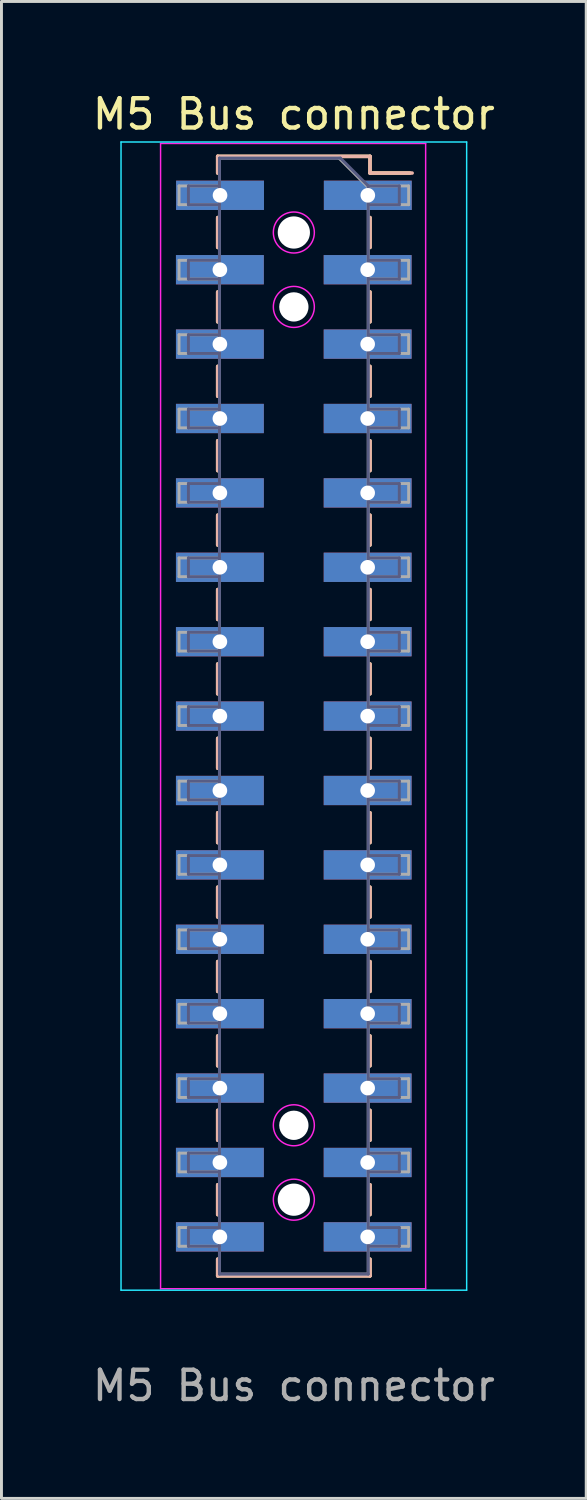
<source format=kicad_pcb>
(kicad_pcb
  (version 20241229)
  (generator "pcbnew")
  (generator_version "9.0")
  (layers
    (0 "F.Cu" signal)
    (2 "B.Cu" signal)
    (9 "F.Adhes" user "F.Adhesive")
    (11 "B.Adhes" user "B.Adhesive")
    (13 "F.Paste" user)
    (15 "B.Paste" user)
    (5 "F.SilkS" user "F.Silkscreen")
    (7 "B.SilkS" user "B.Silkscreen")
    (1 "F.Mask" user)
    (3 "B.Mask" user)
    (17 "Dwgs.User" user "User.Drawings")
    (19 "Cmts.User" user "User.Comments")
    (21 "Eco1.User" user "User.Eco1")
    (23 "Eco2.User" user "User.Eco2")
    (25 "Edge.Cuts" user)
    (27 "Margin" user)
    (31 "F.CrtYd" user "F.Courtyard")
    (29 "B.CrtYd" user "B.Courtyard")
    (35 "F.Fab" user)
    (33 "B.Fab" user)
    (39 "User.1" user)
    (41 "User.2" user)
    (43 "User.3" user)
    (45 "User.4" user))
  (footprint "M5 Bus connector"
    (layer "F.Cu")
    (at 6.982 21.398)
    (property "Reference" "M5 Bus connector" (at 0 -20.55 0) (layer "F.SilkS") (effects (font (size 1 1) (thickness 0.15))))
    (attr smd)
    (fp_line (start -2.6 -19.11) (end -2.6 -18.54) (stroke (width 0.12) (type solid)) (layer "F.SilkS"))
    (fp_line (start -2.6 -19.11) (end 2.6 -19.11) (stroke (width 0.12) (type solid)) (layer "F.SilkS"))
    (fp_line (start -2.6 -17.02) (end -2.6 -16) (stroke (width 0.12) (type solid)) (layer "F.SilkS"))
    (fp_line (start -2.6 -14.48) (end -2.6 -13.46) (stroke (width 0.12) (type solid)) (layer "F.SilkS"))
    (fp_line (start -2.6 -11.94) (end -2.6 -10.92) (stroke (width 0.12) (type solid)) (layer "F.SilkS"))
    (fp_line (start -2.6 -9.4) (end -2.6 -8.38) (stroke (width 0.12) (type solid)) (layer "F.SilkS"))
    (fp_line (start -2.6 -6.86) (end -2.6 -5.84) (stroke (width 0.12) (type solid)) (layer "F.SilkS"))
    (fp_line (start -2.6 -4.32) (end -2.6 -3.3) (stroke (width 0.12) (type solid)) (layer "F.SilkS"))
    (fp_line (start -2.6 -1.78) (end -2.6 -0.76) (stroke (width 0.12) (type solid)) (layer "F.SilkS"))
    (fp_line (start -2.6 0.76) (end -2.6 1.78) (stroke (width 0.12) (type solid)) (layer "F.SilkS"))
    (fp_line (start -2.6 3.3) (end -2.6 4.32) (stroke (width 0.12) (type solid)) (layer "F.SilkS"))
    (fp_line (start -2.6 5.84) (end -2.6 6.86) (stroke (width 0.12) (type solid)) (layer "F.SilkS"))
    (fp_line (start -2.6 8.38) (end -2.6 9.4) (stroke (width 0.12) (type solid)) (layer "F.SilkS"))
    (fp_line (start -2.6 10.92) (end -2.6 11.94) (stroke (width 0.12) (type solid)) (layer "F.SilkS"))
    (fp_line (start -2.6 13.46) (end -2.6 14.48) (stroke (width 0.12) (type solid)) (layer "F.SilkS"))
    (fp_line (start -2.6 16) (end -2.6 17.02) (stroke (width 0.12) (type solid)) (layer "F.SilkS"))
    (fp_line (start -2.6 18.54) (end -2.6 19.11) (stroke (width 0.12) (type solid)) (layer "F.SilkS"))
    (fp_line (start -2.6 19.11) (end 2.6 19.11) (stroke (width 0.12) (type solid)) (layer "F.SilkS"))
    (fp_line (start 2.6 -19.11) (end 2.6 -18.54) (stroke (width 0.12) (type solid)) (layer "F.SilkS"))
    (fp_line (start 2.6 -18.54) (end 3.96 -18.54) (stroke (width 0.12) (type solid)) (layer "F.SilkS"))
    (fp_line (start 2.6 -17.02) (end 2.6 -16) (stroke (width 0.12) (type solid)) (layer "F.SilkS"))
    (fp_line (start 2.6 -14.48) (end 2.6 -13.46) (stroke (width 0.12) (type solid)) (layer "F.SilkS"))
    (fp_line (start 2.6 -11.94) (end 2.6 -10.92) (stroke (width 0.12) (type solid)) (layer "F.SilkS"))
    (fp_line (start 2.6 -9.4) (end 2.6 -8.38) (stroke (width 0.12) (type solid)) (layer "F.SilkS"))
    (fp_line (start 2.6 -6.86) (end 2.6 -5.84) (stroke (width 0.12) (type solid)) (layer "F.SilkS"))
    (fp_line (start 2.6 -4.32) (end 2.6 -3.3) (stroke (width 0.12) (type solid)) (layer "F.SilkS"))
    (fp_line (start 2.6 -1.78) (end 2.6 -0.76) (stroke (width 0.12) (type solid)) (layer "F.SilkS"))
    (fp_line (start 2.6 0.76) (end 2.6 1.78) (stroke (width 0.12) (type solid)) (layer "F.SilkS"))
    (fp_line (start 2.6 3.3) (end 2.6 4.32) (stroke (width 0.12) (type solid)) (layer "F.SilkS"))
    (fp_line (start 2.6 5.84) (end 2.6 6.86) (stroke (width 0.12) (type solid)) (layer "F.SilkS"))
    (fp_line (start 2.6 8.38) (end 2.6 9.4) (stroke (width 0.12) (type solid)) (layer "F.SilkS"))
    (fp_line (start 2.6 10.92) (end 2.6 11.94) (stroke (width 0.12) (type solid)) (layer "F.SilkS"))
    (fp_line (start 2.6 13.46) (end 2.6 14.48) (stroke (width 0.12) (type solid)) (layer "F.SilkS"))
    (fp_line (start 2.6 16) (end 2.6 17.02) (stroke (width 0.12) (type solid)) (layer "F.SilkS"))
    (fp_line (start 2.6 18.54) (end 2.6 19.11) (stroke (width 0.12) (type solid)) (layer "F.SilkS"))
    (fp_line (start -2.6 -19.11) (end -2.6 -18.54) (stroke (width 0.12) (type solid)) (layer "B.SilkS"))
    (fp_line (start -2.6 -17.02) (end -2.6 -16) (stroke (width 0.12) (type solid)) (layer "B.SilkS"))
    (fp_line (start -2.6 -14.48) (end -2.6 -13.46) (stroke (width 0.12) (type solid)) (layer "B.SilkS"))
    (fp_line (start -2.6 -11.94) (end -2.6 -10.92) (stroke (width 0.12) (type solid)) (layer "B.SilkS"))
    (fp_line (start -2.6 -9.4) (end -2.6 -8.38) (stroke (width 0.12) (type solid)) (layer "B.SilkS"))
    (fp_line (start -2.6 -6.86) (end -2.6 -5.84) (stroke (width 0.12) (type solid)) (layer "B.SilkS"))
    (fp_line (start -2.6 -4.32) (end -2.6 -3.3) (stroke (width 0.12) (type solid)) (layer "B.SilkS"))
    (fp_line (start -2.6 -1.78) (end -2.6 -0.76) (stroke (width 0.12) (type solid)) (layer "B.SilkS"))
    (fp_line (start -2.6 0.76) (end -2.6 1.78) (stroke (width 0.12) (type solid)) (layer "B.SilkS"))
    (fp_line (start -2.6 3.3) (end -2.6 4.32) (stroke (width 0.12) (type solid)) (layer "B.SilkS"))
    (fp_line (start -2.6 5.84) (end -2.6 6.86) (stroke (width 0.12) (type solid)) (layer "B.SilkS"))
    (fp_line (start -2.6 8.38) (end -2.6 9.4) (stroke (width 0.12) (type solid)) (layer "B.SilkS"))
    (fp_line (start -2.6 10.92) (end -2.6 11.94) (stroke (width 0.12) (type solid)) (layer "B.SilkS"))
    (fp_line (start -2.6 13.46) (end -2.6 14.48) (stroke (width 0.12) (type solid)) (layer "B.SilkS"))
    (fp_line (start -2.6 16) (end -2.6 17.02) (stroke (width 0.12) (type solid)) (layer "B.SilkS"))
    (fp_line (start -2.6 18.54) (end -2.6 19.11) (stroke (width 0.12) (type solid)) (layer "B.SilkS"))
    (fp_line (start 2.6 -19.11) (end -2.6 -19.11) (stroke (width 0.12) (type solid)) (layer "B.SilkS"))
    (fp_line (start 2.6 -19.11) (end 2.6 -18.54) (stroke (width 0.12) (type solid)) (layer "B.SilkS"))
    (fp_line (start 2.6 -17.02) (end 2.6 -16) (stroke (width 0.12) (type solid)) (layer "B.SilkS"))
    (fp_line (start 2.6 -14.48) (end 2.6 -13.46) (stroke (width 0.12) (type solid)) (layer "B.SilkS"))
    (fp_line (start 2.6 -11.94) (end 2.6 -10.92) (stroke (width 0.12) (type solid)) (layer "B.SilkS"))
    (fp_line (start 2.6 -9.4) (end 2.6 -8.38) (stroke (width 0.12) (type solid)) (layer "B.SilkS"))
    (fp_line (start 2.6 -6.86) (end 2.6 -5.84) (stroke (width 0.12) (type solid)) (layer "B.SilkS"))
    (fp_line (start 2.6 -4.32) (end 2.6 -3.3) (stroke (width 0.12) (type solid)) (layer "B.SilkS"))
    (fp_line (start 2.6 -1.78) (end 2.6 -0.76) (stroke (width 0.12) (type solid)) (layer "B.SilkS"))
    (fp_line (start 2.6 0.76) (end 2.6 1.78) (stroke (width 0.12) (type solid)) (layer "B.SilkS"))
    (fp_line (start 2.6 3.3) (end 2.6 4.32) (stroke (width 0.12) (type solid)) (layer "B.SilkS"))
    (fp_line (start 2.6 5.84) (end 2.6 6.86) (stroke (width 0.12) (type solid)) (layer "B.SilkS"))
    (fp_line (start 2.6 8.38) (end 2.6 9.4) (stroke (width 0.12) (type solid)) (layer "B.SilkS"))
    (fp_line (start 2.6 10.92) (end 2.6 11.94) (stroke (width 0.12) (type solid)) (layer "B.SilkS"))
    (fp_line (start 2.6 13.46) (end 2.6 14.48) (stroke (width 0.12) (type solid)) (layer "B.SilkS"))
    (fp_line (start 2.6 16) (end 2.6 17.02) (stroke (width 0.12) (type solid)) (layer "B.SilkS"))
    (fp_line (start 2.6 18.54) (end 2.6 19.11) (stroke (width 0.12) (type solid)) (layer "B.SilkS"))
    (fp_line (start 2.6 19.11) (end -2.6 19.11) (stroke (width 0.12) (type solid)) (layer "B.SilkS"))
    (fp_line (start 4.04 -18.54) (end 2.6 -18.54) (stroke (width 0.12) (type solid)) (layer "B.SilkS"))
    (fp_line (start -5.9 -19.6) (end 5.9 -19.6) (stroke (width 0.05) (type solid)) (layer "B.CrtYd"))
    (fp_line (start -5.9 19.6) (end -5.9 -19.6) (stroke (width 0.05) (type solid)) (layer "B.CrtYd"))
    (fp_line (start 5.9 -19.6) (end 5.9 19.6) (stroke (width 0.05) (type solid)) (layer "B.CrtYd"))
    (fp_line (start 5.9 19.6) (end -5.9 19.6) (stroke (width 0.05) (type solid)) (layer "B.CrtYd"))
    (fp_line (start -4.55 -19.55) (end 4.5 -19.55) (stroke (width 0.05) (type solid)) (layer "F.CrtYd"))
    (fp_line (start -4.55 19.55) (end -4.55 -19.55) (stroke (width 0.05) (type solid)) (layer "F.CrtYd"))
    (fp_line (start 4.5 -19.55) (end 4.5 19.55) (stroke (width 0.05) (type solid)) (layer "F.CrtYd"))
    (fp_line (start 4.5 19.55) (end -4.55 19.55) (stroke (width 0.05) (type solid)) (layer "F.CrtYd"))
    (fp_circle (center 0 -16.51) (end 0.7 -16.51) (stroke (width 0.05) (type default)) (fill no) (layer "F.CrtYd"))
    (fp_circle (center 0 -13.97) (end 0.7 -13.97) (stroke (width 0.05) (type default)) (fill no) (layer "F.CrtYd"))
    (fp_circle (center 0 13.97) (end 0.7 13.97) (stroke (width 0.05) (type default)) (fill no) (layer "F.CrtYd"))
    (fp_circle (center 0 16.51) (end 0.7 16.51) (stroke (width 0.05) (type default)) (fill no) (layer "F.CrtYd"))
    (fp_line (start -3.6 -18.1) (end -3.6 -17.46) (stroke (width 0.1) (type solid)) (layer "B.Fab"))
    (fp_line (start -3.6 -17.46) (end -2.54 -17.46) (stroke (width 0.1) (type solid)) (layer "B.Fab"))
    (fp_line (start -3.6 -15.56) (end -3.6 -14.92) (stroke (width 0.1) (type solid)) (layer "B.Fab"))
    (fp_line (start -3.6 -14.92) (end -2.54 -14.92) (stroke (width 0.1) (type solid)) (layer "B.Fab"))
    (fp_line (start -3.6 -13.02) (end -3.6 -12.38) (stroke (width 0.1) (type solid)) (layer "B.Fab"))
    (fp_line (start -3.6 -12.38) (end -2.54 -12.38) (stroke (width 0.1) (type solid)) (layer "B.Fab"))
    (fp_line (start -3.6 -10.48) (end -3.6 -9.84) (stroke (width 0.1) (type solid)) (layer "B.Fab"))
    (fp_line (start -3.6 -9.84) (end -2.54 -9.84) (stroke (width 0.1) (type solid)) (layer "B.Fab"))
    (fp_line (start -3.6 -7.94) (end -3.6 -7.3) (stroke (width 0.1) (type solid)) (layer "B.Fab"))
    (fp_line (start -3.6 -7.3) (end -2.54 -7.3) (stroke (width 0.1) (type solid)) (layer "B.Fab"))
    (fp_line (start -3.6 -5.4) (end -3.6 -4.76) (stroke (width 0.1) (type solid)) (layer "B.Fab"))
    (fp_line (start -3.6 -4.76) (end -2.54 -4.76) (stroke (width 0.1) (type solid)) (layer "B.Fab"))
    (fp_line (start -3.6 -2.86) (end -3.6 -2.22) (stroke (width 0.1) (type solid)) (layer "B.Fab"))
    (fp_line (start -3.6 -2.22) (end -2.54 -2.22) (stroke (width 0.1) (type solid)) (layer "B.Fab"))
    (fp_line (start -3.6 -0.32) (end -3.6 0.32) (stroke (width 0.1) (type solid)) (layer "B.Fab"))
    (fp_line (start -3.6 0.32) (end -2.54 0.32) (stroke (width 0.1) (type solid)) (layer "B.Fab"))
    (fp_line (start -3.6 2.22) (end -3.6 2.86) (stroke (width 0.1) (type solid)) (layer "B.Fab"))
    (fp_line (start -3.6 2.86) (end -2.54 2.86) (stroke (width 0.1) (type solid)) (layer "B.Fab"))
    (fp_line (start -3.6 4.76) (end -3.6 5.4) (stroke (width 0.1) (type solid)) (layer "B.Fab"))
    (fp_line (start -3.6 5.4) (end -2.54 5.4) (stroke (width 0.1) (type solid)) (layer "B.Fab"))
    (fp_line (start -3.6 7.3) (end -3.6 7.94) (stroke (width 0.1) (type solid)) (layer "B.Fab"))
    (fp_line (start -3.6 7.94) (end -2.54 7.94) (stroke (width 0.1) (type solid)) (layer "B.Fab"))
    (fp_line (start -3.6 9.84) (end -3.6 10.48) (stroke (width 0.1) (type solid)) (layer "B.Fab"))
    (fp_line (start -3.6 10.48) (end -2.54 10.48) (stroke (width 0.1) (type solid)) (layer "B.Fab"))
    (fp_line (start -3.6 12.38) (end -3.6 13.02) (stroke (width 0.1) (type solid)) (layer "B.Fab"))
    (fp_line (start -3.6 13.02) (end -2.54 13.02) (stroke (width 0.1) (type solid)) (layer "B.Fab"))
    (fp_line (start -3.6 14.92) (end -3.6 15.56) (stroke (width 0.1) (type solid)) (layer "B.Fab"))
    (fp_line (start -3.6 15.56) (end -2.54 15.56) (stroke (width 0.1) (type solid)) (layer "B.Fab"))
    (fp_line (start -3.6 17.46) (end -3.6 18.1) (stroke (width 0.1) (type solid)) (layer "B.Fab"))
    (fp_line (start -3.6 18.1) (end -2.54 18.1) (stroke (width 0.1) (type solid)) (layer "B.Fab"))
    (fp_line (start -2.54 -19.05) (end -2.54 19.05) (stroke (width 0.1) (type solid)) (layer "B.Fab"))
    (fp_line (start -2.54 -18.1) (end -3.6 -18.1) (stroke (width 0.1) (type solid)) (layer "B.Fab"))
    (fp_line (start -2.54 -15.56) (end -3.6 -15.56) (stroke (width 0.1) (type solid)) (layer "B.Fab"))
    (fp_line (start -2.54 -13.02) (end -3.6 -13.02) (stroke (width 0.1) (type solid)) (layer "B.Fab"))
    (fp_line (start -2.54 -10.48) (end -3.6 -10.48) (stroke (width 0.1) (type solid)) (layer "B.Fab"))
    (fp_line (start -2.54 -7.94) (end -3.6 -7.94) (stroke (width 0.1) (type solid)) (layer "B.Fab"))
    (fp_line (start -2.54 -5.4) (end -3.6 -5.4) (stroke (width 0.1) (type solid)) (layer "B.Fab"))
    (fp_line (start -2.54 -2.86) (end -3.6 -2.86) (stroke (width 0.1) (type solid)) (layer "B.Fab"))
    (fp_line (start -2.54 -0.32) (end -3.6 -0.32) (stroke (width 0.1) (type solid)) (layer "B.Fab"))
    (fp_line (start -2.54 2.22) (end -3.6 2.22) (stroke (width 0.1) (type solid)) (layer "B.Fab"))
    (fp_line (start -2.54 4.76) (end -3.6 4.76) (stroke (width 0.1) (type solid)) (layer "B.Fab"))
    (fp_line (start -2.54 7.3) (end -3.6 7.3) (stroke (width 0.1) (type solid)) (layer "B.Fab"))
    (fp_line (start -2.54 9.84) (end -3.6 9.84) (stroke (width 0.1) (type solid)) (layer "B.Fab"))
    (fp_line (start -2.54 12.38) (end -3.6 12.38) (stroke (width 0.1) (type solid)) (layer "B.Fab"))
    (fp_line (start -2.54 14.92) (end -3.6 14.92) (stroke (width 0.1) (type solid)) (layer "B.Fab"))
    (fp_line (start -2.54 17.46) (end -3.6 17.46) (stroke (width 0.1) (type solid)) (layer "B.Fab"))
    (fp_line (start -2.54 19.05) (end 2.54 19.05) (stroke (width 0.1) (type solid)) (layer "B.Fab"))
    (fp_line (start 1.59 -19.05) (end -2.54 -19.05) (stroke (width 0.1) (type solid)) (layer "B.Fab"))
    (fp_line (start 2.54 -18.1) (end 1.59 -19.05) (stroke (width 0.1) (type solid)) (layer "B.Fab"))
    (fp_line (start 2.54 -18.1) (end 3.6 -18.1) (stroke (width 0.1) (type solid)) (layer "B.Fab"))
    (fp_line (start 2.54 -15.56) (end 3.6 -15.56) (stroke (width 0.1) (type solid)) (layer "B.Fab"))
    (fp_line (start 2.54 -13.02) (end 3.6 -13.02) (stroke (width 0.1) (type solid)) (layer "B.Fab"))
    (fp_line (start 2.54 -10.48) (end 3.6 -10.48) (stroke (width 0.1) (type solid)) (layer "B.Fab"))
    (fp_line (start 2.54 -7.94) (end 3.6 -7.94) (stroke (width 0.1) (type solid)) (layer "B.Fab"))
    (fp_line (start 2.54 -5.4) (end 3.6 -5.4) (stroke (width 0.1) (type solid)) (layer "B.Fab"))
    (fp_line (start 2.54 -2.86) (end 3.6 -2.86) (stroke (width 0.1) (type solid)) (layer "B.Fab"))
    (fp_line (start 2.54 -0.32) (end 3.6 -0.32) (stroke (width 0.1) (type solid)) (layer "B.Fab"))
    (fp_line (start 2.54 2.22) (end 3.6 2.22) (stroke (width 0.1) (type solid)) (layer "B.Fab"))
    (fp_line (start 2.54 4.76) (end 3.6 4.76) (stroke (width 0.1) (type solid)) (layer "B.Fab"))
    (fp_line (start 2.54 7.3) (end 3.6 7.3) (stroke (width 0.1) (type solid)) (layer "B.Fab"))
    (fp_line (start 2.54 9.84) (end 3.6 9.84) (stroke (width 0.1) (type solid)) (layer "B.Fab"))
    (fp_line (start 2.54 12.38) (end 3.6 12.38) (stroke (width 0.1) (type solid)) (layer "B.Fab"))
    (fp_line (start 2.54 14.92) (end 3.6 14.92) (stroke (width 0.1) (type solid)) (layer "B.Fab"))
    (fp_line (start 2.54 17.46) (end 3.6 17.46) (stroke (width 0.1) (type solid)) (layer "B.Fab"))
    (fp_line (start 2.54 19.05) (end 2.54 -18.1) (stroke (width 0.1) (type solid)) (layer "B.Fab"))
    (fp_line (start 3.6 -18.1) (end 3.6 -17.46) (stroke (width 0.1) (type solid)) (layer "B.Fab"))
    (fp_line (start 3.6 -17.46) (end 2.54 -17.46) (stroke (width 0.1) (type solid)) (layer "B.Fab"))
    (fp_line (start 3.6 -15.56) (end 3.6 -14.92) (stroke (width 0.1) (type solid)) (layer "B.Fab"))
    (fp_line (start 3.6 -14.92) (end 2.54 -14.92) (stroke (width 0.1) (type solid)) (layer "B.Fab"))
    (fp_line (start 3.6 -13.02) (end 3.6 -12.38) (stroke (width 0.1) (type solid)) (layer "B.Fab"))
    (fp_line (start 3.6 -12.38) (end 2.54 -12.38) (stroke (width 0.1) (type solid)) (layer "B.Fab"))
    (fp_line (start 3.6 -10.48) (end 3.6 -9.84) (stroke (width 0.1) (type solid)) (layer "B.Fab"))
    (fp_line (start 3.6 -9.84) (end 2.54 -9.84) (stroke (width 0.1) (type solid)) (layer "B.Fab"))
    (fp_line (start 3.6 -7.94) (end 3.6 -7.3) (stroke (width 0.1) (type solid)) (layer "B.Fab"))
    (fp_line (start 3.6 -7.3) (end 2.54 -7.3) (stroke (width 0.1) (type solid)) (layer "B.Fab"))
    (fp_line (start 3.6 -5.4) (end 3.6 -4.76) (stroke (width 0.1) (type solid)) (layer "B.Fab"))
    (fp_line (start 3.6 -4.76) (end 2.54 -4.76) (stroke (width 0.1) (type solid)) (layer "B.Fab"))
    (fp_line (start 3.6 -2.86) (end 3.6 -2.22) (stroke (width 0.1) (type solid)) (layer "B.Fab"))
    (fp_line (start 3.6 -2.22) (end 2.54 -2.22) (stroke (width 0.1) (type solid)) (layer "B.Fab"))
    (fp_line (start 3.6 -0.32) (end 3.6 0.32) (stroke (width 0.1) (type solid)) (layer "B.Fab"))
    (fp_line (start 3.6 0.32) (end 2.54 0.32) (stroke (width 0.1) (type solid)) (layer "B.Fab"))
    (fp_line (start 3.6 2.22) (end 3.6 2.86) (stroke (width 0.1) (type solid)) (layer "B.Fab"))
    (fp_line (start 3.6 2.86) (end 2.54 2.86) (stroke (width 0.1) (type solid)) (layer "B.Fab"))
    (fp_line (start 3.6 4.76) (end 3.6 5.4) (stroke (width 0.1) (type solid)) (layer "B.Fab"))
    (fp_line (start 3.6 5.4) (end 2.54 5.4) (stroke (width 0.1) (type solid)) (layer "B.Fab"))
    (fp_line (start 3.6 7.3) (end 3.6 7.94) (stroke (width 0.1) (type solid)) (layer "B.Fab"))
    (fp_line (start 3.6 7.94) (end 2.54 7.94) (stroke (width 0.1) (type solid)) (layer "B.Fab"))
    (fp_line (start 3.6 9.84) (end 3.6 10.48) (stroke (width 0.1) (type solid)) (layer "B.Fab"))
    (fp_line (start 3.6 10.48) (end 2.54 10.48) (stroke (width 0.1) (type solid)) (layer "B.Fab"))
    (fp_line (start 3.6 12.38) (end 3.6 13.02) (stroke (width 0.1) (type solid)) (layer "B.Fab"))
    (fp_line (start 3.6 13.02) (end 2.54 13.02) (stroke (width 0.1) (type solid)) (layer "B.Fab"))
    (fp_line (start 3.6 14.92) (end 3.6 15.56) (stroke (width 0.1) (type solid)) (layer "B.Fab"))
    (fp_line (start 3.6 15.56) (end 2.54 15.56) (stroke (width 0.1) (type solid)) (layer "B.Fab"))
    (fp_line (start 3.6 17.46) (end 3.6 18.1) (stroke (width 0.1) (type solid)) (layer "B.Fab"))
    (fp_line (start 3.6 18.1) (end 2.54 18.1) (stroke (width 0.1) (type solid)) (layer "B.Fab"))
    (fp_line (start -3.92 -18.1) (end -2.54 -18.1) (stroke (width 0.1) (type solid)) (layer "F.Fab"))
    (fp_line (start -3.92 -17.46) (end -3.92 -18.1) (stroke (width 0.1) (type solid)) (layer "F.Fab"))
    (fp_line (start -3.92 -15.56) (end -2.54 -15.56) (stroke (width 0.1) (type solid)) (layer "F.Fab"))
    (fp_line (start -3.92 -14.92) (end -3.92 -15.56) (stroke (width 0.1) (type solid)) (layer "F.Fab"))
    (fp_line (start -3.92 -13.02) (end -2.54 -13.02) (stroke (width 0.1) (type solid)) (layer "F.Fab"))
    (fp_line (start -3.92 -12.38) (end -3.92 -13.02) (stroke (width 0.1) (type solid)) (layer "F.Fab"))
    (fp_line (start -3.92 -10.48) (end -2.54 -10.48) (stroke (width 0.1) (type solid)) (layer "F.Fab"))
    (fp_line (start -3.92 -9.84) (end -3.92 -10.48) (stroke (width 0.1) (type solid)) (layer "F.Fab"))
    (fp_line (start -3.92 -7.94) (end -2.54 -7.94) (stroke (width 0.1) (type solid)) (layer "F.Fab"))
    (fp_line (start -3.92 -7.3) (end -3.92 -7.94) (stroke (width 0.1) (type solid)) (layer "F.Fab"))
    (fp_line (start -3.92 -5.4) (end -2.54 -5.4) (stroke (width 0.1) (type solid)) (layer "F.Fab"))
    (fp_line (start -3.92 -4.76) (end -3.92 -5.4) (stroke (width 0.1) (type solid)) (layer "F.Fab"))
    (fp_line (start -3.92 -2.86) (end -2.54 -2.86) (stroke (width 0.1) (type solid)) (layer "F.Fab"))
    (fp_line (start -3.92 -2.22) (end -3.92 -2.86) (stroke (width 0.1) (type solid)) (layer "F.Fab"))
    (fp_line (start -3.92 -0.32) (end -2.54 -0.32) (stroke (width 0.1) (type solid)) (layer "F.Fab"))
    (fp_line (start -3.92 0.32) (end -3.92 -0.32) (stroke (width 0.1) (type solid)) (layer "F.Fab"))
    (fp_line (start -3.92 2.22) (end -2.54 2.22) (stroke (width 0.1) (type solid)) (layer "F.Fab"))
    (fp_line (start -3.92 2.86) (end -3.92 2.22) (stroke (width 0.1) (type solid)) (layer "F.Fab"))
    (fp_line (start -3.92 4.76) (end -2.54 4.76) (stroke (width 0.1) (type solid)) (layer "F.Fab"))
    (fp_line (start -3.92 5.4) (end -3.92 4.76) (stroke (width 0.1) (type solid)) (layer "F.Fab"))
    (fp_line (start -3.92 7.3) (end -2.54 7.3) (stroke (width 0.1) (type solid)) (layer "F.Fab"))
    (fp_line (start -3.92 7.94) (end -3.92 7.3) (stroke (width 0.1) (type solid)) (layer "F.Fab"))
    (fp_line (start -3.92 9.84) (end -2.54 9.84) (stroke (width 0.1) (type solid)) (layer "F.Fab"))
    (fp_line (start -3.92 10.48) (end -3.92 9.84) (stroke (width 0.1) (type solid)) (layer "F.Fab"))
    (fp_line (start -3.92 12.38) (end -2.54 12.38) (stroke (width 0.1) (type solid)) (layer "F.Fab"))
    (fp_line (start -3.92 13.02) (end -3.92 12.38) (stroke (width 0.1) (type solid)) (layer "F.Fab"))
    (fp_line (start -3.92 14.92) (end -2.54 14.92) (stroke (width 0.1) (type solid)) (layer "F.Fab"))
    (fp_line (start -3.92 15.56) (end -3.92 14.92) (stroke (width 0.1) (type solid)) (layer "F.Fab"))
    (fp_line (start -3.92 17.46) (end -2.54 17.46) (stroke (width 0.1) (type solid)) (layer "F.Fab"))
    (fp_line (start -3.92 18.1) (end -3.92 17.46) (stroke (width 0.1) (type solid)) (layer "F.Fab"))
    (fp_line (start -2.54 -19.05) (end 1.54 -19.05) (stroke (width 0.1) (type solid)) (layer "F.Fab"))
    (fp_line (start -2.54 -17.46) (end -3.92 -17.46) (stroke (width 0.1) (type solid)) (layer "F.Fab"))
    (fp_line (start -2.54 -14.92) (end -3.92 -14.92) (stroke (width 0.1) (type solid)) (layer "F.Fab"))
    (fp_line (start -2.54 -12.38) (end -3.92 -12.38) (stroke (width 0.1) (type solid)) (layer "F.Fab"))
    (fp_line (start -2.54 -9.84) (end -3.92 -9.84) (stroke (width 0.1) (type solid)) (layer "F.Fab"))
    (fp_line (start -2.54 -7.3) (end -3.92 -7.3) (stroke (width 0.1) (type solid)) (layer "F.Fab"))
    (fp_line (start -2.54 -4.76) (end -3.92 -4.76) (stroke (width 0.1) (type solid)) (layer "F.Fab"))
    (fp_line (start -2.54 -2.22) (end -3.92 -2.22) (stroke (width 0.1) (type solid)) (layer "F.Fab"))
    (fp_line (start -2.54 0.32) (end -3.92 0.32) (stroke (width 0.1) (type solid)) (layer "F.Fab"))
    (fp_line (start -2.54 2.86) (end -3.92 2.86) (stroke (width 0.1) (type solid)) (layer "F.Fab"))
    (fp_line (start -2.54 5.4) (end -3.92 5.4) (stroke (width 0.1) (type solid)) (layer "F.Fab"))
    (fp_line (start -2.54 7.94) (end -3.92 7.94) (stroke (width 0.1) (type solid)) (layer "F.Fab"))
    (fp_line (start -2.54 10.48) (end -3.92 10.48) (stroke (width 0.1) (type solid)) (layer "F.Fab"))
    (fp_line (start -2.54 13.02) (end -3.92 13.02) (stroke (width 0.1) (type solid)) (layer "F.Fab"))
    (fp_line (start -2.54 15.56) (end -3.92 15.56) (stroke (width 0.1) (type solid)) (layer "F.Fab"))
    (fp_line (start -2.54 18.1) (end -3.92 18.1) (stroke (width 0.1) (type solid)) (layer "F.Fab"))
    (fp_line (start -2.54 19.05) (end -2.54 -19.05) (stroke (width 0.1) (type solid)) (layer "F.Fab"))
    (fp_line (start 1.54 -19.05) (end 2.54 -18.05) (stroke (width 0.1) (type solid)) (layer "F.Fab"))
    (fp_line (start 2.54 -18.1) (end 3.92 -18.1) (stroke (width 0.1) (type solid)) (layer "F.Fab"))
    (fp_line (start 2.54 -18.05) (end 2.54 19.05) (stroke (width 0.1) (type solid)) (layer "F.Fab"))
    (fp_line (start 2.54 -15.56) (end 3.92 -15.56) (stroke (width 0.1) (type solid)) (layer "F.Fab"))
    (fp_line (start 2.54 -13.02) (end 3.92 -13.02) (stroke (width 0.1) (type solid)) (layer "F.Fab"))
    (fp_line (start 2.54 -10.48) (end 3.92 -10.48) (stroke (width 0.1) (type solid)) (layer "F.Fab"))
    (fp_line (start 2.54 -7.94) (end 3.92 -7.94) (stroke (width 0.1) (type solid)) (layer "F.Fab"))
    (fp_line (start 2.54 -5.4) (end 3.92 -5.4) (stroke (width 0.1) (type solid)) (layer "F.Fab"))
    (fp_line (start 2.54 -2.86) (end 3.92 -2.86) (stroke (width 0.1) (type solid)) (layer "F.Fab"))
    (fp_line (start 2.54 -0.32) (end 3.92 -0.32) (stroke (width 0.1) (type solid)) (layer "F.Fab"))
    (fp_line (start 2.54 2.22) (end 3.92 2.22) (stroke (width 0.1) (type solid)) (layer "F.Fab"))
    (fp_line (start 2.54 4.76) (end 3.92 4.76) (stroke (width 0.1) (type solid)) (layer "F.Fab"))
    (fp_line (start 2.54 7.3) (end 3.92 7.3) (stroke (width 0.1) (type solid)) (layer "F.Fab"))
    (fp_line (start 2.54 9.84) (end 3.92 9.84) (stroke (width 0.1) (type solid)) (layer "F.Fab"))
    (fp_line (start 2.54 12.38) (end 3.92 12.38) (stroke (width 0.1) (type solid)) (layer "F.Fab"))
    (fp_line (start 2.54 14.92) (end 3.92 14.92) (stroke (width 0.1) (type solid)) (layer "F.Fab"))
    (fp_line (start 2.54 17.46) (end 3.92 17.46) (stroke (width 0.1) (type solid)) (layer "F.Fab"))
    (fp_line (start 2.54 19.05) (end -2.54 19.05) (stroke (width 0.1) (type solid)) (layer "F.Fab"))
    (fp_line (start 3.92 -18.1) (end 3.92 -17.46) (stroke (width 0.1) (type solid)) (layer "F.Fab"))
    (fp_line (start 3.92 -17.46) (end 2.54 -17.46) (stroke (width 0.1) (type solid)) (layer "F.Fab"))
    (fp_line (start 3.92 -15.56) (end 3.92 -14.92) (stroke (width 0.1) (type solid)) (layer "F.Fab"))
    (fp_line (start 3.92 -14.92) (end 2.54 -14.92) (stroke (width 0.1) (type solid)) (layer "F.Fab"))
    (fp_line (start 3.92 -13.02) (end 3.92 -12.38) (stroke (width 0.1) (type solid)) (layer "F.Fab"))
    (fp_line (start 3.92 -12.38) (end 2.54 -12.38) (stroke (width 0.1) (type solid)) (layer "F.Fab"))
    (fp_line (start 3.92 -10.48) (end 3.92 -9.84) (stroke (width 0.1) (type solid)) (layer "F.Fab"))
    (fp_line (start 3.92 -9.84) (end 2.54 -9.84) (stroke (width 0.1) (type solid)) (layer "F.Fab"))
    (fp_line (start 3.92 -7.94) (end 3.92 -7.3) (stroke (width 0.1) (type solid)) (layer "F.Fab"))
    (fp_line (start 3.92 -7.3) (end 2.54 -7.3) (stroke (width 0.1) (type solid)) (layer "F.Fab"))
    (fp_line (start 3.92 -5.4) (end 3.92 -4.76) (stroke (width 0.1) (type solid)) (layer "F.Fab"))
    (fp_line (start 3.92 -4.76) (end 2.54 -4.76) (stroke (width 0.1) (type solid)) (layer "F.Fab"))
    (fp_line (start 3.92 -2.86) (end 3.92 -2.22) (stroke (width 0.1) (type solid)) (layer "F.Fab"))
    (fp_line (start 3.92 -2.22) (end 2.54 -2.22) (stroke (width 0.1) (type solid)) (layer "F.Fab"))
    (fp_line (start 3.92 -0.32) (end 3.92 0.32) (stroke (width 0.1) (type solid)) (layer "F.Fab"))
    (fp_line (start 3.92 0.32) (end 2.54 0.32) (stroke (width 0.1) (type solid)) (layer "F.Fab"))
    (fp_line (start 3.92 2.22) (end 3.92 2.86) (stroke (width 0.1) (type solid)) (layer "F.Fab"))
    (fp_line (start 3.92 2.86) (end 2.54 2.86) (stroke (width 0.1) (type solid)) (layer "F.Fab"))
    (fp_line (start 3.92 4.76) (end 3.92 5.4) (stroke (width 0.1) (type solid)) (layer "F.Fab"))
    (fp_line (start 3.92 5.4) (end 2.54 5.4) (stroke (width 0.1) (type solid)) (layer "F.Fab"))
    (fp_line (start 3.92 7.3) (end 3.92 7.94) (stroke (width 0.1) (type solid)) (layer "F.Fab"))
    (fp_line (start 3.92 7.94) (end 2.54 7.94) (stroke (width 0.1) (type solid)) (layer "F.Fab"))
    (fp_line (start 3.92 9.84) (end 3.92 10.48) (stroke (width 0.1) (type solid)) (layer "F.Fab"))
    (fp_line (start 3.92 10.48) (end 2.54 10.48) (stroke (width 0.1) (type solid)) (layer "F.Fab"))
    (fp_line (start 3.92 12.38) (end 3.92 13.02) (stroke (width 0.1) (type solid)) (layer "F.Fab"))
    (fp_line (start 3.92 13.02) (end 2.54 13.02) (stroke (width 0.1) (type solid)) (layer "F.Fab"))
    (fp_line (start 3.92 14.92) (end 3.92 15.56) (stroke (width 0.1) (type solid)) (layer "F.Fab"))
    (fp_line (start 3.92 15.56) (end 2.54 15.56) (stroke (width 0.1) (type solid)) (layer "F.Fab"))
    (fp_line (start 3.92 17.46) (end 3.92 18.1) (stroke (width 0.1) (type solid)) (layer "F.Fab"))
    (fp_line (start 3.92 18.1) (end 2.54 18.1) (stroke (width 0.1) (type solid)) (layer "F.Fab"))
    (fp_text user "${REFERENCE}" (at 0 22.86 180) (layer "F.Fab") (effects (font (size 1 1) (thickness 0.15))))
    (pad "" np_thru_hole circle (at 0 -16.51) (size 1.1 1.1) (drill 1.1) (layers "*.Cu" "*.Mask"))
    (pad "" np_thru_hole circle (at 0 -13.97) (size 1 1) (drill 1) (layers "*.Cu" "*.Mask"))
    (pad "" np_thru_hole circle (at 0 13.97) (size 1 1) (drill 1) (layers "*.Cu" "*.Mask"))
    (pad "" np_thru_hole circle (at 0 16.51) (size 1.1 1.1) (drill 1.1) (layers "*.Cu" "*.Mask"))
    (pad "1" thru_hole rect (at 2.525 -17.78) (size 3 1) (drill 0.5) (layers "*.Cu" "*.Mask"))
    (pad "2" thru_hole rect (at -2.52 -17.78) (size 3 1) (drill 0.5) (layers "*.Cu" "*.Mask"))
    (pad "3" thru_hole rect (at 2.52 -15.24) (size 3 1) (drill 0.5) (layers "*.Cu" "*.Mask"))
    (pad "4" thru_hole rect (at -2.525 -15.24) (size 3 1) (drill 0.5) (layers "*.Cu" "*.Mask"))
    (pad "5" thru_hole rect (at 2.52 -12.7) (size 3 1) (drill 0.5) (layers "*.Cu" "*.Mask"))
    (pad "6" thru_hole rect (at -2.525 -12.7) (size 3 1) (drill 0.5) (layers "*.Cu" "*.Mask"))
    (pad "7" thru_hole rect (at 2.52 -10.16) (size 3 1) (drill 0.5) (layers "*.Cu" "*.Mask"))
    (pad "8" thru_hole rect (at -2.525 -10.16) (size 3 1) (drill 0.5) (layers "*.Cu" "*.Mask"))
    (pad "9" thru_hole rect (at 2.52 -7.62) (size 3 1) (drill 0.5) (layers "*.Cu" "*.Mask"))
    (pad "10" thru_hole rect (at -2.525 -7.62) (size 3 1) (drill 0.5) (layers "*.Cu" "*.Mask"))
    (pad "11" thru_hole rect (at 2.52 -5.08) (size 3 1) (drill 0.5) (layers "*.Cu" "*.Mask"))
    (pad "12" thru_hole rect (at -2.525 -5.08) (size 3 1) (drill 0.5) (layers "*.Cu" "*.Mask"))
    (pad "13" thru_hole rect (at 2.52 -2.54) (size 3 1) (drill 0.5) (layers "*.Cu" "*.Mask"))
    (pad "14" thru_hole rect (at -2.525 -2.54) (size 3 1) (drill 0.5) (layers "*.Cu" "*.Mask"))
    (pad "15" thru_hole rect (at 2.52 0) (size 3 1) (drill 0.5) (layers "*.Cu" "*.Mask"))
    (pad "16" thru_hole rect (at -2.525 0) (size 3 1) (drill 0.5) (layers "*.Cu" "*.Mask"))
    (pad "17" thru_hole rect (at 2.52 2.54) (size 3 1) (drill 0.5) (layers "*.Cu" "*.Mask"))
    (pad "18" thru_hole rect (at -2.525 2.54) (size 3 1) (drill 0.5) (layers "*.Cu" "*.Mask"))
    (pad "19" thru_hole rect (at 2.52 5.08) (size 3 1) (drill 0.5) (layers "*.Cu" "*.Mask"))
    (pad "20" thru_hole rect (at -2.525 5.08) (size 3 1) (drill 0.5) (layers "*.Cu" "*.Mask"))
    (pad "21" thru_hole rect (at 2.52 7.62) (size 3 1) (drill 0.5) (layers "*.Cu" "*.Mask"))
    (pad "22" thru_hole rect (at -2.525 7.62) (size 3 1) (drill 0.5) (layers "*.Cu" "*.Mask"))
    (pad "23" thru_hole rect (at 2.52 10.16) (size 3 1) (drill 0.5) (layers "*.Cu" "*.Mask"))
    (pad "24" thru_hole rect (at -2.525 10.16) (size 3 1) (drill 0.5) (layers "*.Cu" "*.Mask"))
    (pad "25" thru_hole rect (at 2.52 12.7) (size 3 1) (drill 0.5) (layers "*.Cu" "*.Mask"))
    (pad "26" thru_hole rect (at -2.525 12.7) (size 3 1) (drill 0.5) (layers "*.Cu" "*.Mask"))
    (pad "27" thru_hole rect (at 2.52 15.24) (size 3 1) (drill 0.5) (layers "*.Cu" "*.Mask"))
    (pad "28" thru_hole rect (at -2.525 15.24) (size 3 1) (drill 0.5) (layers "*.Cu" "*.Mask"))
    (pad "29" thru_hole rect (at 2.52 17.78) (size 3 1) (drill 0.5) (layers "*.Cu" "*.Mask"))
    (pad "30" thru_hole rect (at -2.525 17.78) (size 3 1) (drill 0.5) (layers "*.Cu" "*.Mask")))
  (gr_rect
    (start -3 -3)
    (end 16.964 48.106)
    (stroke (width 0.1) (type default))
    (fill no)
    (layer "Edge.Cuts")))
</source>
